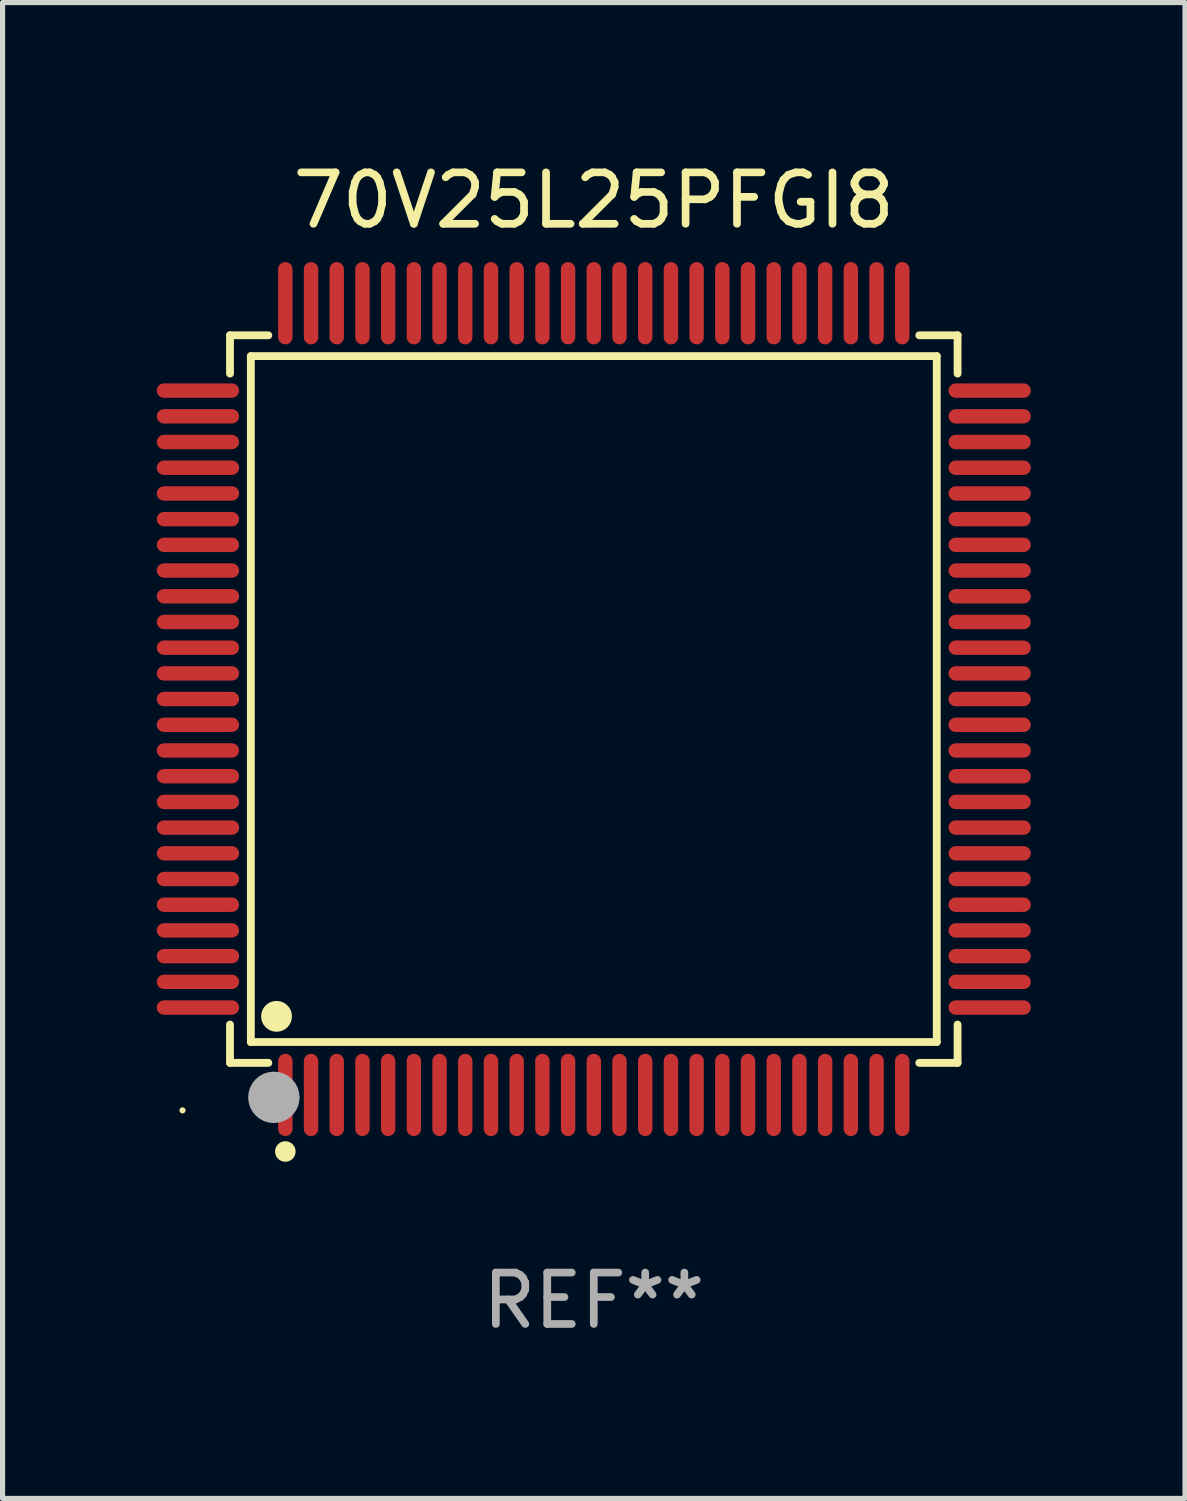
<source format=kicad_pcb>
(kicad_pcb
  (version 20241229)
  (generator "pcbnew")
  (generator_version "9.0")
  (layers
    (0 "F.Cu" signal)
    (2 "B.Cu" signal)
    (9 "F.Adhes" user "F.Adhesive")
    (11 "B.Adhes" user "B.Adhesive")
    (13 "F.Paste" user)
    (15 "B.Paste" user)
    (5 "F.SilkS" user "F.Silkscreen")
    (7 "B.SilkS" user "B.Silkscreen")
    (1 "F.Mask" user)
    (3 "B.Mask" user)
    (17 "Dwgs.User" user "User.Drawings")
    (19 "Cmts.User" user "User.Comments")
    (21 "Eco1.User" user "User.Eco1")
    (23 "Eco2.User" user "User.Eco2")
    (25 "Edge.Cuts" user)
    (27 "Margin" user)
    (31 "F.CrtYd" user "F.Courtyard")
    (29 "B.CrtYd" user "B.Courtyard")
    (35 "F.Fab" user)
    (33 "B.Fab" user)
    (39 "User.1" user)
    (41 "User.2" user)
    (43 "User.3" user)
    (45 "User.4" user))
  (footprint "70V25L25PFGI8"
    (layer "F.Cu")
    (at 8.5 10.548)
    (property "Reference" "70V25L25PFGI8" (at 0 -9.7 0) (layer "F.SilkS") (effects (font (size 1 1) (thickness 0.15))))
    (attr through_hole)
    (fp_line (start -7.076 -7.076) (end -6.331 -7.076) (stroke (width 0.152) (type solid)) (layer "F.SilkS"))
    (fp_line (start -7.076 -6.331) (end -7.076 -7.076) (stroke (width 0.152) (type solid)) (layer "F.SilkS"))
    (fp_line (start -7.076 6.331) (end -7.076 7.076) (stroke (width 0.152) (type solid)) (layer "F.SilkS"))
    (fp_line (start -7.076 7.076) (end -6.331 7.076) (stroke (width 0.152) (type solid)) (layer "F.SilkS"))
    (fp_line (start -6.671 -6.671) (end 6.671 -6.671) (stroke (width 0.152) (type solid)) (layer "F.SilkS"))
    (fp_line (start -6.671 6.671) (end -6.671 -6.671) (stroke (width 0.152) (type solid)) (layer "F.SilkS"))
    (fp_line (start 6.671 -6.671) (end 6.671 6.671) (stroke (width 0.152) (type solid)) (layer "F.SilkS"))
    (fp_line (start 6.671 6.671) (end -6.671 6.671) (stroke (width 0.152) (type solid)) (layer "F.SilkS"))
    (fp_line (start 7.076 -7.076) (end 6.331 -7.076) (stroke (width 0.152) (type solid)) (layer "F.SilkS"))
    (fp_line (start 7.076 -6.331) (end 7.076 -7.076) (stroke (width 0.152) (type solid)) (layer "F.SilkS"))
    (fp_line (start 7.076 6.331) (end 7.076 7.076) (stroke (width 0.152) (type solid)) (layer "F.SilkS"))
    (fp_line (start 7.076 7.076) (end 6.331 7.076) (stroke (width 0.152) (type solid)) (layer "F.SilkS"))
    (fp_circle (center -8 8) (end -7.97 8) (stroke (width 0.06) (type solid)) (fill no) (layer "F.SilkS"))
    (fp_circle (center -6.171 6.171) (end -6.021 6.171) (stroke (width 0.3) (type solid)) (fill no) (layer "F.SilkS"))
    (fp_circle (center -6 8.8) (end -5.9 8.8) (stroke (width 0.2) (type solid)) (fill no) (layer "F.SilkS"))
    (fp_circle (center -6.223 7.747) (end -5.973 7.747) (stroke (width 0.5) (type solid)) (fill no) (layer "F.Fab"))
    (fp_text user "REF**" (at 0 11.7 0) (layer "F.Fab") (effects (font (size 1 1) (thickness 0.15))))
    (pad "1" smd oval (at -6 7.7) (size 0.28 1.6) (layers "F.Cu" "F.Mask" "F.Paste"))
    (pad "2" smd oval (at -5.5 7.7) (size 0.28 1.6) (layers "F.Cu" "F.Mask" "F.Paste"))
    (pad "3" smd oval (at -5 7.7) (size 0.28 1.6) (layers "F.Cu" "F.Mask" "F.Paste"))
    (pad "4" smd oval (at -4.5 7.7) (size 0.28 1.6) (layers "F.Cu" "F.Mask" "F.Paste"))
    (pad "5" smd oval (at -4 7.7) (size 0.28 1.6) (layers "F.Cu" "F.Mask" "F.Paste"))
    (pad "6" smd oval (at -3.5 7.7) (size 0.28 1.6) (layers "F.Cu" "F.Mask" "F.Paste"))
    (pad "7" smd oval (at -3 7.7) (size 0.28 1.6) (layers "F.Cu" "F.Mask" "F.Paste"))
    (pad "8" smd oval (at -2.5 7.7) (size 0.28 1.6) (layers "F.Cu" "F.Mask" "F.Paste"))
    (pad "9" smd oval (at -2 7.7) (size 0.28 1.6) (layers "F.Cu" "F.Mask" "F.Paste"))
    (pad "10" smd oval (at -1.5 7.7) (size 0.28 1.6) (layers "F.Cu" "F.Mask" "F.Paste"))
    (pad "11" smd oval (at -1 7.7) (size 0.28 1.6) (layers "F.Cu" "F.Mask" "F.Paste"))
    (pad "12" smd oval (at -0.5 7.7) (size 0.28 1.6) (layers "F.Cu" "F.Mask" "F.Paste"))
    (pad "13" smd oval (at 0 7.7) (size 0.28 1.6) (layers "F.Cu" "F.Mask" "F.Paste"))
    (pad "14" smd oval (at 0.5 7.7) (size 0.28 1.6) (layers "F.Cu" "F.Mask" "F.Paste"))
    (pad "15" smd oval (at 1 7.7) (size 0.28 1.6) (layers "F.Cu" "F.Mask" "F.Paste"))
    (pad "16" smd oval (at 1.5 7.7) (size 0.28 1.6) (layers "F.Cu" "F.Mask" "F.Paste"))
    (pad "17" smd oval (at 2 7.7) (size 0.28 1.6) (layers "F.Cu" "F.Mask" "F.Paste"))
    (pad "18" smd oval (at 2.5 7.7) (size 0.28 1.6) (layers "F.Cu" "F.Mask" "F.Paste"))
    (pad "19" smd oval (at 3 7.7) (size 0.28 1.6) (layers "F.Cu" "F.Mask" "F.Paste"))
    (pad "20" smd oval (at 3.5 7.7) (size 0.28 1.6) (layers "F.Cu" "F.Mask" "F.Paste"))
    (pad "21" smd oval (at 4 7.7) (size 0.28 1.6) (layers "F.Cu" "F.Mask" "F.Paste"))
    (pad "22" smd oval (at 4.5 7.7) (size 0.28 1.6) (layers "F.Cu" "F.Mask" "F.Paste"))
    (pad "23" smd oval (at 5 7.7) (size 0.28 1.6) (layers "F.Cu" "F.Mask" "F.Paste"))
    (pad "24" smd oval (at 5.5 7.7) (size 0.28 1.6) (layers "F.Cu" "F.Mask" "F.Paste"))
    (pad "25" smd oval (at 6 7.7) (size 0.28 1.6) (layers "F.Cu" "F.Mask" "F.Paste"))
    (pad "26" smd oval (at 7.7 6) (size 1.6 0.28) (layers "F.Cu" "F.Mask" "F.Paste"))
    (pad "27" smd oval (at 7.7 5.5) (size 1.6 0.28) (layers "F.Cu" "F.Mask" "F.Paste"))
    (pad "28" smd oval (at 7.7 5) (size 1.6 0.28) (layers "F.Cu" "F.Mask" "F.Paste"))
    (pad "29" smd oval (at 7.7 4.5) (size 1.6 0.28) (layers "F.Cu" "F.Mask" "F.Paste"))
    (pad "30" smd oval (at 7.7 4) (size 1.6 0.28) (layers "F.Cu" "F.Mask" "F.Paste"))
    (pad "31" smd oval (at 7.7 3.5) (size 1.6 0.28) (layers "F.Cu" "F.Mask" "F.Paste"))
    (pad "32" smd oval (at 7.7 3) (size 1.6 0.28) (layers "F.Cu" "F.Mask" "F.Paste"))
    (pad "33" smd oval (at 7.7 2.5) (size 1.6 0.28) (layers "F.Cu" "F.Mask" "F.Paste"))
    (pad "34" smd oval (at 7.7 2) (size 1.6 0.28) (layers "F.Cu" "F.Mask" "F.Paste"))
    (pad "35" smd oval (at 7.7 1.5) (size 1.6 0.28) (layers "F.Cu" "F.Mask" "F.Paste"))
    (pad "36" smd oval (at 7.7 1) (size 1.6 0.28) (layers "F.Cu" "F.Mask" "F.Paste"))
    (pad "37" smd oval (at 7.7 0.5) (size 1.6 0.28) (layers "F.Cu" "F.Mask" "F.Paste"))
    (pad "38" smd oval (at 7.7 0) (size 1.6 0.28) (layers "F.Cu" "F.Mask" "F.Paste"))
    (pad "39" smd oval (at 7.7 -0.5) (size 1.6 0.28) (layers "F.Cu" "F.Mask" "F.Paste"))
    (pad "40" smd oval (at 7.7 -1) (size 1.6 0.28) (layers "F.Cu" "F.Mask" "F.Paste"))
    (pad "41" smd oval (at 7.7 -1.5) (size 1.6 0.28) (layers "F.Cu" "F.Mask" "F.Paste"))
    (pad "42" smd oval (at 7.7 -2) (size 1.6 0.28) (layers "F.Cu" "F.Mask" "F.Paste"))
    (pad "43" smd oval (at 7.7 -2.5) (size 1.6 0.28) (layers "F.Cu" "F.Mask" "F.Paste"))
    (pad "44" smd oval (at 7.7 -3) (size 1.6 0.28) (layers "F.Cu" "F.Mask" "F.Paste"))
    (pad "45" smd oval (at 7.7 -3.5) (size 1.6 0.28) (layers "F.Cu" "F.Mask" "F.Paste"))
    (pad "46" smd oval (at 7.7 -4) (size 1.6 0.28) (layers "F.Cu" "F.Mask" "F.Paste"))
    (pad "47" smd oval (at 7.7 -4.5) (size 1.6 0.28) (layers "F.Cu" "F.Mask" "F.Paste"))
    (pad "48" smd oval (at 7.7 -5) (size 1.6 0.28) (layers "F.Cu" "F.Mask" "F.Paste"))
    (pad "49" smd oval (at 7.7 -5.5) (size 1.6 0.28) (layers "F.Cu" "F.Mask" "F.Paste"))
    (pad "50" smd oval (at 7.7 -6) (size 1.6 0.28) (layers "F.Cu" "F.Mask" "F.Paste"))
    (pad "51" smd oval (at 6 -7.7) (size 0.28 1.6) (layers "F.Cu" "F.Mask" "F.Paste"))
    (pad "52" smd oval (at 5.5 -7.7) (size 0.28 1.6) (layers "F.Cu" "F.Mask" "F.Paste"))
    (pad "53" smd oval (at 5 -7.7) (size 0.28 1.6) (layers "F.Cu" "F.Mask" "F.Paste"))
    (pad "54" smd oval (at 4.5 -7.7) (size 0.28 1.6) (layers "F.Cu" "F.Mask" "F.Paste"))
    (pad "55" smd oval (at 4 -7.7) (size 0.28 1.6) (layers "F.Cu" "F.Mask" "F.Paste"))
    (pad "56" smd oval (at 3.5 -7.7) (size 0.28 1.6) (layers "F.Cu" "F.Mask" "F.Paste"))
    (pad "57" smd oval (at 3 -7.7) (size 0.28 1.6) (layers "F.Cu" "F.Mask" "F.Paste"))
    (pad "58" smd oval (at 2.5 -7.7) (size 0.28 1.6) (layers "F.Cu" "F.Mask" "F.Paste"))
    (pad "59" smd oval (at 2 -7.7) (size 0.28 1.6) (layers "F.Cu" "F.Mask" "F.Paste"))
    (pad "60" smd oval (at 1.5 -7.7) (size 0.28 1.6) (layers "F.Cu" "F.Mask" "F.Paste"))
    (pad "61" smd oval (at 1 -7.7) (size 0.28 1.6) (layers "F.Cu" "F.Mask" "F.Paste"))
    (pad "62" smd oval (at 0.5 -7.7) (size 0.28 1.6) (layers "F.Cu" "F.Mask" "F.Paste"))
    (pad "63" smd oval (at 0 -7.7) (size 0.28 1.6) (layers "F.Cu" "F.Mask" "F.Paste"))
    (pad "64" smd oval (at -0.5 -7.7) (size 0.28 1.6) (layers "F.Cu" "F.Mask" "F.Paste"))
    (pad "65" smd oval (at -1 -7.7) (size 0.28 1.6) (layers "F.Cu" "F.Mask" "F.Paste"))
    (pad "66" smd oval (at -1.5 -7.7) (size 0.28 1.6) (layers "F.Cu" "F.Mask" "F.Paste"))
    (pad "67" smd oval (at -2 -7.7) (size 0.28 1.6) (layers "F.Cu" "F.Mask" "F.Paste"))
    (pad "68" smd oval (at -2.5 -7.7) (size 0.28 1.6) (layers "F.Cu" "F.Mask" "F.Paste"))
    (pad "69" smd oval (at -3 -7.7) (size 0.28 1.6) (layers "F.Cu" "F.Mask" "F.Paste"))
    (pad "70" smd oval (at -3.5 -7.7) (size 0.28 1.6) (layers "F.Cu" "F.Mask" "F.Paste"))
    (pad "71" smd oval (at -4 -7.7) (size 0.28 1.6) (layers "F.Cu" "F.Mask" "F.Paste"))
    (pad "72" smd oval (at -4.5 -7.7) (size 0.28 1.6) (layers "F.Cu" "F.Mask" "F.Paste"))
    (pad "73" smd oval (at -5 -7.7) (size 0.28 1.6) (layers "F.Cu" "F.Mask" "F.Paste"))
    (pad "74" smd oval (at -5.5 -7.7) (size 0.28 1.6) (layers "F.Cu" "F.Mask" "F.Paste"))
    (pad "75" smd oval (at -6 -7.7) (size 0.28 1.6) (layers "F.Cu" "F.Mask" "F.Paste"))
    (pad "76" smd oval (at -7.7 -6) (size 1.6 0.28) (layers "F.Cu" "F.Mask" "F.Paste"))
    (pad "77" smd oval (at -7.7 -5.5) (size 1.6 0.28) (layers "F.Cu" "F.Mask" "F.Paste"))
    (pad "78" smd oval (at -7.7 -5) (size 1.6 0.28) (layers "F.Cu" "F.Mask" "F.Paste"))
    (pad "79" smd oval (at -7.7 -4.5) (size 1.6 0.28) (layers "F.Cu" "F.Mask" "F.Paste"))
    (pad "80" smd oval (at -7.7 -4) (size 1.6 0.28) (layers "F.Cu" "F.Mask" "F.Paste"))
    (pad "81" smd oval (at -7.7 -3.5) (size 1.6 0.28) (layers "F.Cu" "F.Mask" "F.Paste"))
    (pad "82" smd oval (at -7.7 -3) (size 1.6 0.28) (layers "F.Cu" "F.Mask" "F.Paste"))
    (pad "83" smd oval (at -7.7 -2.5) (size 1.6 0.28) (layers "F.Cu" "F.Mask" "F.Paste"))
    (pad "84" smd oval (at -7.7 -2) (size 1.6 0.28) (layers "F.Cu" "F.Mask" "F.Paste"))
    (pad "85" smd oval (at -7.7 -1.5) (size 1.6 0.28) (layers "F.Cu" "F.Mask" "F.Paste"))
    (pad "86" smd oval (at -7.7 -1) (size 1.6 0.28) (layers "F.Cu" "F.Mask" "F.Paste"))
    (pad "87" smd oval (at -7.7 -0.5) (size 1.6 0.28) (layers "F.Cu" "F.Mask" "F.Paste"))
    (pad "88" smd oval (at -7.7 0) (size 1.6 0.28) (layers "F.Cu" "F.Mask" "F.Paste"))
    (pad "89" smd oval (at -7.7 0.5) (size 1.6 0.28) (layers "F.Cu" "F.Mask" "F.Paste"))
    (pad "90" smd oval (at -7.7 1) (size 1.6 0.28) (layers "F.Cu" "F.Mask" "F.Paste"))
    (pad "91" smd oval (at -7.7 1.5) (size 1.6 0.28) (layers "F.Cu" "F.Mask" "F.Paste"))
    (pad "92" smd oval (at -7.7 2) (size 1.6 0.28) (layers "F.Cu" "F.Mask" "F.Paste"))
    (pad "93" smd oval (at -7.7 2.5) (size 1.6 0.28) (layers "F.Cu" "F.Mask" "F.Paste"))
    (pad "94" smd oval (at -7.7 3) (size 1.6 0.28) (layers "F.Cu" "F.Mask" "F.Paste"))
    (pad "95" smd oval (at -7.7 3.5) (size 1.6 0.28) (layers "F.Cu" "F.Mask" "F.Paste"))
    (pad "96" smd oval (at -7.7 4) (size 1.6 0.28) (layers "F.Cu" "F.Mask" "F.Paste"))
    (pad "97" smd oval (at -7.7 4.5) (size 1.6 0.28) (layers "F.Cu" "F.Mask" "F.Paste"))
    (pad "98" smd oval (at -7.7 5) (size 1.6 0.28) (layers "F.Cu" "F.Mask" "F.Paste"))
    (pad "99" smd oval (at -7.7 5.5) (size 1.6 0.28) (layers "F.Cu" "F.Mask" "F.Paste"))
    (pad "100" smd oval (at -7.7 6) (size 1.6 0.28) (layers "F.Cu" "F.Mask" "F.Paste")))
  (gr_rect
    (start -3 -3)
    (end 20 26.097)
    (stroke (width 0.1) (type default))
    (fill no)
    (layer "Edge.Cuts")))
</source>
